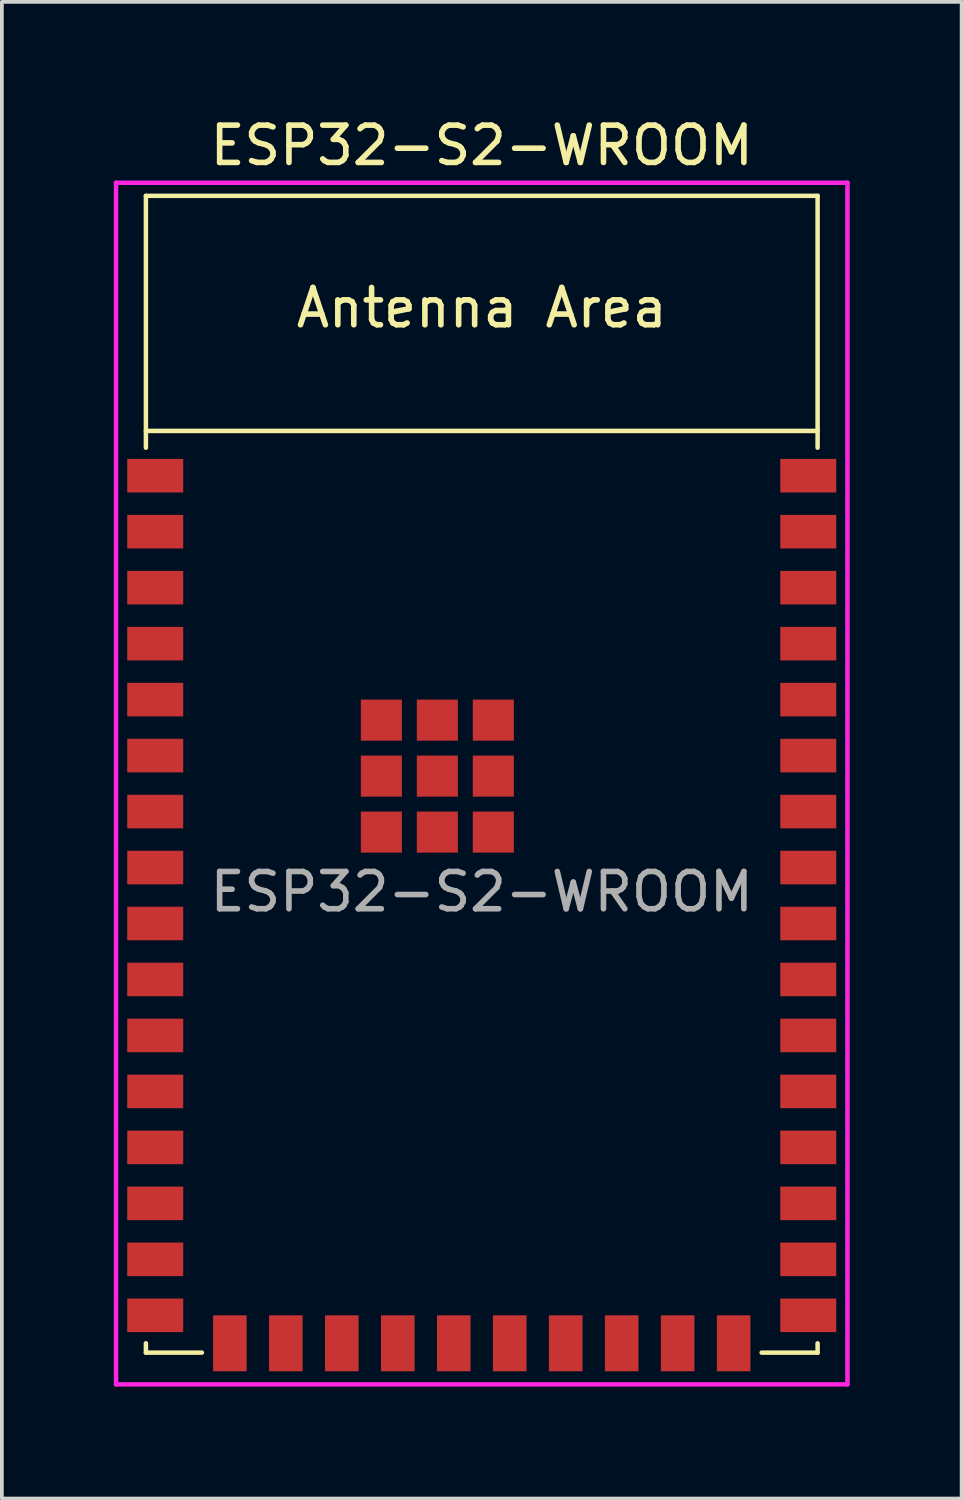
<source format=kicad_pcb>
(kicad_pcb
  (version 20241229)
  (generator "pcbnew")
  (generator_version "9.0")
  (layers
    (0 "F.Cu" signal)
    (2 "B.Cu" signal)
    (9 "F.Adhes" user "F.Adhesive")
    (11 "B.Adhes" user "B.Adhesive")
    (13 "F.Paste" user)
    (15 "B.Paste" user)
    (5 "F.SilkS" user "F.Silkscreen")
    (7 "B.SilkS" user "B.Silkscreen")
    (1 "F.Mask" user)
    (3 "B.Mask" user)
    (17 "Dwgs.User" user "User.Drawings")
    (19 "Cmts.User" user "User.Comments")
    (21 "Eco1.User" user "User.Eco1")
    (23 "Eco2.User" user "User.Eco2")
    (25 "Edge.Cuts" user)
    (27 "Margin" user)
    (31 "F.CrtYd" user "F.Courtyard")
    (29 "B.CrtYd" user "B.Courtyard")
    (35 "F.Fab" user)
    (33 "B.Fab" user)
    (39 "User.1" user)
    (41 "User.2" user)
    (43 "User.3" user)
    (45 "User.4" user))
  (footprint "ESP32-S2-WROOM"
    (layer "F.Cu")
    (at 9.86 20.848)
    (property "Reference" "ESP32-S2-WROOM" (at 0 -20 0) (layer "F.SilkS") (effects (font (size 1 1) (thickness 0.15))))
    (attr smd)
    (fp_line (start -9 -18.65) (end -9 -11.9) (stroke (width 0.12) (type solid)) (layer "F.SilkS"))
    (fp_line (start -9 -18.65) (end 9 -18.65) (stroke (width 0.12) (type solid)) (layer "F.SilkS"))
    (fp_line (start -9 12.1) (end -9 12.35) (stroke (width 0.12) (type solid)) (layer "F.SilkS"))
    (fp_line (start -9 12.35) (end -7.5 12.35) (stroke (width 0.12) (type solid)) (layer "F.SilkS"))
    (fp_line (start 9 -12.35) (end -9 -12.35) (stroke (width 0.12) (type solid)) (layer "F.SilkS"))
    (fp_line (start 9 -11.9) (end 9 -18.65) (stroke (width 0.12) (type solid)) (layer "F.SilkS"))
    (fp_line (start 9 12.1) (end 9 12.35) (stroke (width 0.12) (type solid)) (layer "F.SilkS"))
    (fp_line (start 9 12.35) (end 7.5 12.35) (stroke (width 0.12) (type solid)) (layer "F.SilkS"))
    (fp_line (start -9 -18.65) (end 9 -18.65) (stroke (width 0.12) (type solid)) (layer "Eco2.User"))
    (fp_line (start -9 -12.35) (end 9 -12.35) (stroke (width 0.12) (type solid)) (layer "Eco2.User"))
    (fp_line (start -9 12.35) (end -9 -18.65) (stroke (width 0.12) (type solid)) (layer "Eco2.User"))
    (fp_line (start 9 -18.65) (end 9 12.35) (stroke (width 0.12) (type solid)) (layer "Eco2.User"))
    (fp_line (start 9 12.35) (end -9 12.35) (stroke (width 0.12) (type solid)) (layer "Eco2.User"))
    (fp_line (start -9.8 -19) (end -9.8 13.2) (stroke (width 0.12) (type solid)) (layer "F.CrtYd"))
    (fp_line (start 9.8 -19) (end -9.8 -19) (stroke (width 0.12) (type solid)) (layer "F.CrtYd"))
    (fp_line (start 9.8 13.2) (end -9.8 13.2) (stroke (width 0.12) (type solid)) (layer "F.CrtYd"))
    (fp_line (start 9.8 13.2) (end 9.8 -19) (stroke (width 0.12) (type solid)) (layer "F.CrtYd"))
    (fp_text user "Antenna Area" (at 0 -15.65 0) (layer "F.SilkS") (effects (font (size 1 1) (thickness 0.15))))
    (fp_text user "Antenna Area" (at 0 -15.65 0) (layer "Eco2.User") (effects (font (size 1 1) (thickness 0.15))))
    (fp_text user "${REFERENCE}" (at 0 0 0) (layer "F.Fab") (effects (font (size 1 1) (thickness 0.15))))
    (pad "1" smd rect (at -8.75 -11.15) (size 1.5 0.9) (layers "F.Cu" "F.Mask" "F.Paste"))
    (pad "2" smd rect (at -8.75 -9.65) (size 1.5 0.9) (layers "F.Cu" "F.Mask" "F.Paste"))
    (pad "3" smd rect (at -8.75 -8.15) (size 1.5 0.9) (layers "F.Cu" "F.Mask" "F.Paste"))
    (pad "4" smd rect (at -8.75 -6.65) (size 1.5 0.9) (layers "F.Cu" "F.Mask" "F.Paste"))
    (pad "5" smd rect (at -8.75 -5.15) (size 1.5 0.9) (layers "F.Cu" "F.Mask" "F.Paste"))
    (pad "6" smd rect (at -8.75 -3.65) (size 1.5 0.9) (layers "F.Cu" "F.Mask" "F.Paste"))
    (pad "7" smd rect (at -8.75 -2.15) (size 1.5 0.9) (layers "F.Cu" "F.Mask" "F.Paste"))
    (pad "8" smd rect (at -8.75 -0.65) (size 1.5 0.9) (layers "F.Cu" "F.Mask" "F.Paste"))
    (pad "9" smd rect (at -8.75 0.85) (size 1.5 0.9) (layers "F.Cu" "F.Mask" "F.Paste"))
    (pad "10" smd rect (at -8.75 2.35) (size 1.5 0.9) (layers "F.Cu" "F.Mask" "F.Paste"))
    (pad "11" smd rect (at -8.75 3.85) (size 1.5 0.9) (layers "F.Cu" "F.Mask" "F.Paste"))
    (pad "12" smd rect (at -8.75 5.35) (size 1.5 0.9) (layers "F.Cu" "F.Mask" "F.Paste"))
    (pad "13" smd rect (at -8.75 6.85) (size 1.5 0.9) (layers "F.Cu" "F.Mask" "F.Paste"))
    (pad "14" smd rect (at -8.75 8.35) (size 1.5 0.9) (layers "F.Cu" "F.Mask" "F.Paste"))
    (pad "15" smd rect (at -8.75 9.85) (size 1.5 0.9) (layers "F.Cu" "F.Mask" "F.Paste"))
    (pad "16" smd rect (at -8.75 11.35) (size 1.5 0.9) (layers "F.Cu" "F.Mask" "F.Paste"))
    (pad "17" smd rect (at -6.75 12.1 90) (size 1.5 0.9) (layers "F.Cu" "F.Mask" "F.Paste"))
    (pad "18" smd rect (at -5.25 12.1 90) (size 1.5 0.9) (layers "F.Cu" "F.Mask" "F.Paste"))
    (pad "19" smd rect (at -3.75 12.1 90) (size 1.5 0.9) (layers "F.Cu" "F.Mask" "F.Paste"))
    (pad "20" smd rect (at -2.25 12.1 90) (size 1.5 0.9) (layers "F.Cu" "F.Mask" "F.Paste"))
    (pad "21" smd rect (at -0.75 12.1 90) (size 1.5 0.9) (layers "F.Cu" "F.Mask" "F.Paste"))
    (pad "22" smd rect (at 0.75 12.1 90) (size 1.5 0.9) (layers "F.Cu" "F.Mask" "F.Paste"))
    (pad "23" smd rect (at 2.25 12.1 90) (size 1.5 0.9) (layers "F.Cu" "F.Mask" "F.Paste"))
    (pad "24" smd rect (at 3.75 12.1 90) (size 1.5 0.9) (layers "F.Cu" "F.Mask" "F.Paste"))
    (pad "25" smd rect (at 5.25 12.1 90) (size 1.5 0.9) (layers "F.Cu" "F.Mask" "F.Paste"))
    (pad "26" smd rect (at 6.75 12.1 90) (size 1.5 0.9) (layers "F.Cu" "F.Mask" "F.Paste"))
    (pad "27" smd rect (at 8.75 11.35 180) (size 1.5 0.9) (layers "F.Cu" "F.Mask" "F.Paste"))
    (pad "28" smd rect (at 8.75 9.85 180) (size 1.5 0.9) (layers "F.Cu" "F.Mask" "F.Paste"))
    (pad "29" smd rect (at 8.75 8.35 180) (size 1.5 0.9) (layers "F.Cu" "F.Mask" "F.Paste"))
    (pad "30" smd rect (at 8.75 6.85 180) (size 1.5 0.9) (layers "F.Cu" "F.Mask" "F.Paste"))
    (pad "31" smd rect (at 8.75 5.35 180) (size 1.5 0.9) (layers "F.Cu" "F.Mask" "F.Paste"))
    (pad "32" smd rect (at 8.75 3.85 180) (size 1.5 0.9) (layers "F.Cu" "F.Mask" "F.Paste"))
    (pad "33" smd rect (at 8.75 2.35 180) (size 1.5 0.9) (layers "F.Cu" "F.Mask" "F.Paste"))
    (pad "34" smd rect (at 8.75 0.85 180) (size 1.5 0.9) (layers "F.Cu" "F.Mask" "F.Paste"))
    (pad "35" smd rect (at 8.75 -0.65 180) (size 1.5 0.9) (layers "F.Cu" "F.Mask" "F.Paste"))
    (pad "36" smd rect (at 8.75 -2.15 180) (size 1.5 0.9) (layers "F.Cu" "F.Mask" "F.Paste"))
    (pad "37" smd rect (at 8.75 -3.65 180) (size 1.5 0.9) (layers "F.Cu" "F.Mask" "F.Paste"))
    (pad "38" smd rect (at 8.75 -5.15 180) (size 1.5 0.9) (layers "F.Cu" "F.Mask" "F.Paste"))
    (pad "39" smd rect (at 8.75 -6.65 180) (size 1.5 0.9) (layers "F.Cu" "F.Mask" "F.Paste"))
    (pad "40" smd rect (at 8.75 -8.15 180) (size 1.5 0.9) (layers "F.Cu" "F.Mask" "F.Paste"))
    (pad "41" smd rect (at 8.75 -9.65 180) (size 1.5 0.9) (layers "F.Cu" "F.Mask" "F.Paste"))
    (pad "42" smd rect (at 8.75 -11.15 180) (size 1.5 0.9) (layers "F.Cu" "F.Mask" "F.Paste"))
    (pad "43" smd rect (at -2.69 -4.6 180) (size 1.1 1.1) (layers "F.Cu" "F.Mask" "F.Paste"))
    (pad "43" smd rect (at -2.69 -3.1 180) (size 1.1 1.1) (layers "F.Cu" "F.Mask" "F.Paste"))
    (pad "43" smd rect (at -2.69 -1.6 180) (size 1.1 1.1) (layers "F.Cu" "F.Mask" "F.Paste"))
    (pad "43" smd rect (at -1.19 -4.6 180) (size 1.1 1.1) (layers "F.Cu" "F.Mask" "F.Paste"))
    (pad "43" smd rect (at -1.19 -3.1 180) (size 1.1 1.1) (layers "F.Cu" "F.Mask" "F.Paste"))
    (pad "43" smd rect (at -1.19 -1.6 180) (size 1.1 1.1) (layers "F.Cu" "F.Mask" "F.Paste"))
    (pad "43" smd rect (at 0.31 -4.6 180) (size 1.1 1.1) (layers "F.Cu" "F.Mask" "F.Paste"))
    (pad "43" smd rect (at 0.31 -3.1 180) (size 1.1 1.1) (layers "F.Cu" "F.Mask" "F.Paste"))
    (pad "43" smd rect (at 0.31 -1.6 180) (size 1.1 1.1) (layers "F.Cu" "F.Mask" "F.Paste"))
    (zone (net_name "") (layers "F.Cu" "B.Cu") (name "antenna keepout") (hatch edge 0.5) (connect_pads) (min_thickness 0.25) (filled_areas_thickness no) (keepout (tracks not_allowed) (vias not_allowed) (pads not_allowed) (copperpour not_allowed) (footprints not_allowed)) (placement (enabled no)) (fill) (polygon (pts (xy 0.86 8.498) (xy 0.86 2.198) (xy 18.86 2.198) (xy 18.86 8.498)))))
  (gr_rect
    (start -3 -3)
    (end 22.72 37.108)
    (stroke (width 0.1) (type default))
    (fill no)
    (layer "Edge.Cuts")))
</source>
